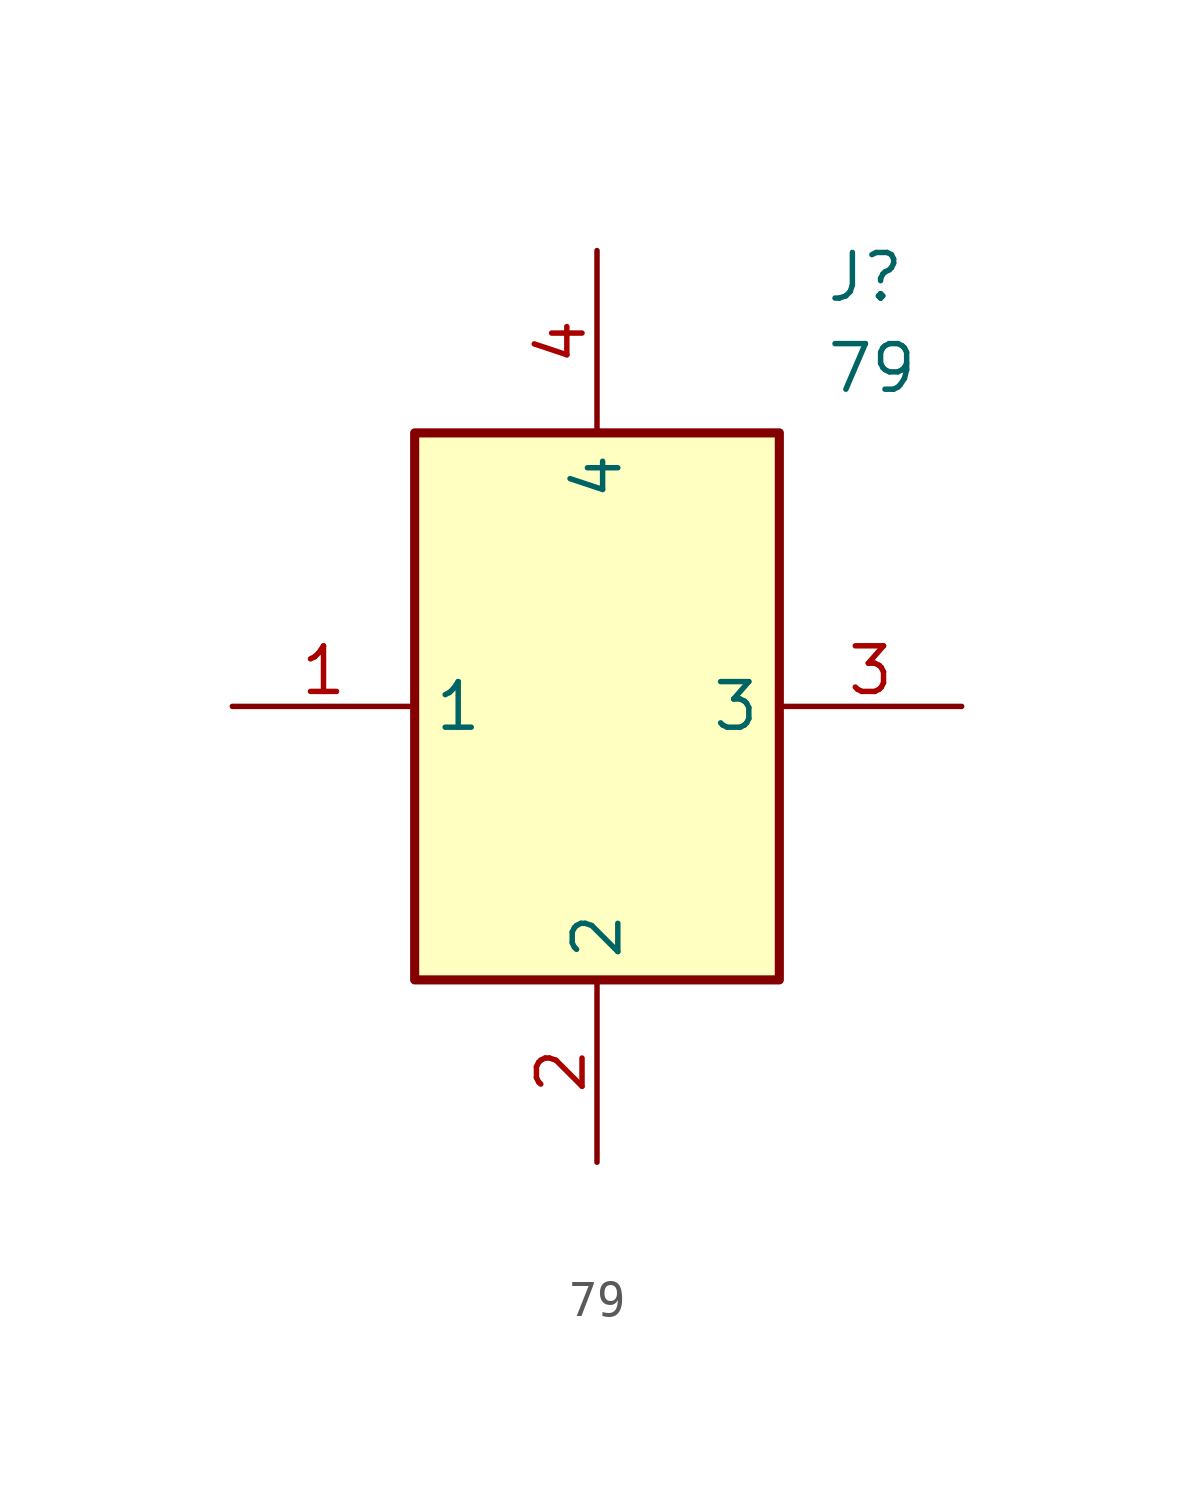
<source format=kicad_sym>
(kicad_symbol_lib
  (version 20211014)
  (generator SamacSys_ECAD_Model)
  (symbol "79"
    (property "Reference" "J"
      (at 16.51 12.7 0)
      (effects (font (size 1.27 1.27)) (justify left top)))
    (property "Value" "79"
      (at 16.51 10.16 0)
      (effects (font (size 1.27 1.27)) (justify left top)))
    (rectangle
      (start 5.08 7.62)
      (end 15.24 -7.62)
      (stroke (width 0.254) (type default))
      (fill (type background)))
    (pin passive line
      (at 0 0 0)
      (length 5.08)
      (name "1" (effects (font (size 1.27 1.27))))
      (number "1" (effects (font (size 1.27 1.27)))))
    (pin passive line
      (at 10.16 -12.7 90)
      (length 5.08)
      (name "2" (effects (font (size 1.27 1.27))))
      (number "2" (effects (font (size 1.27 1.27)))))
    (pin passive line
      (at 20.32 0 180)
      (length 5.08)
      (name "3" (effects (font (size 1.27 1.27))))
      (number "3" (effects (font (size 1.27 1.27)))))
    (pin passive line
      (at 10.16 12.7 270)
      (length 5.08)
      (name "4" (effects (font (size 1.27 1.27))))
      (number "4" (effects (font (size 1.27 1.27)))))))
</source>
